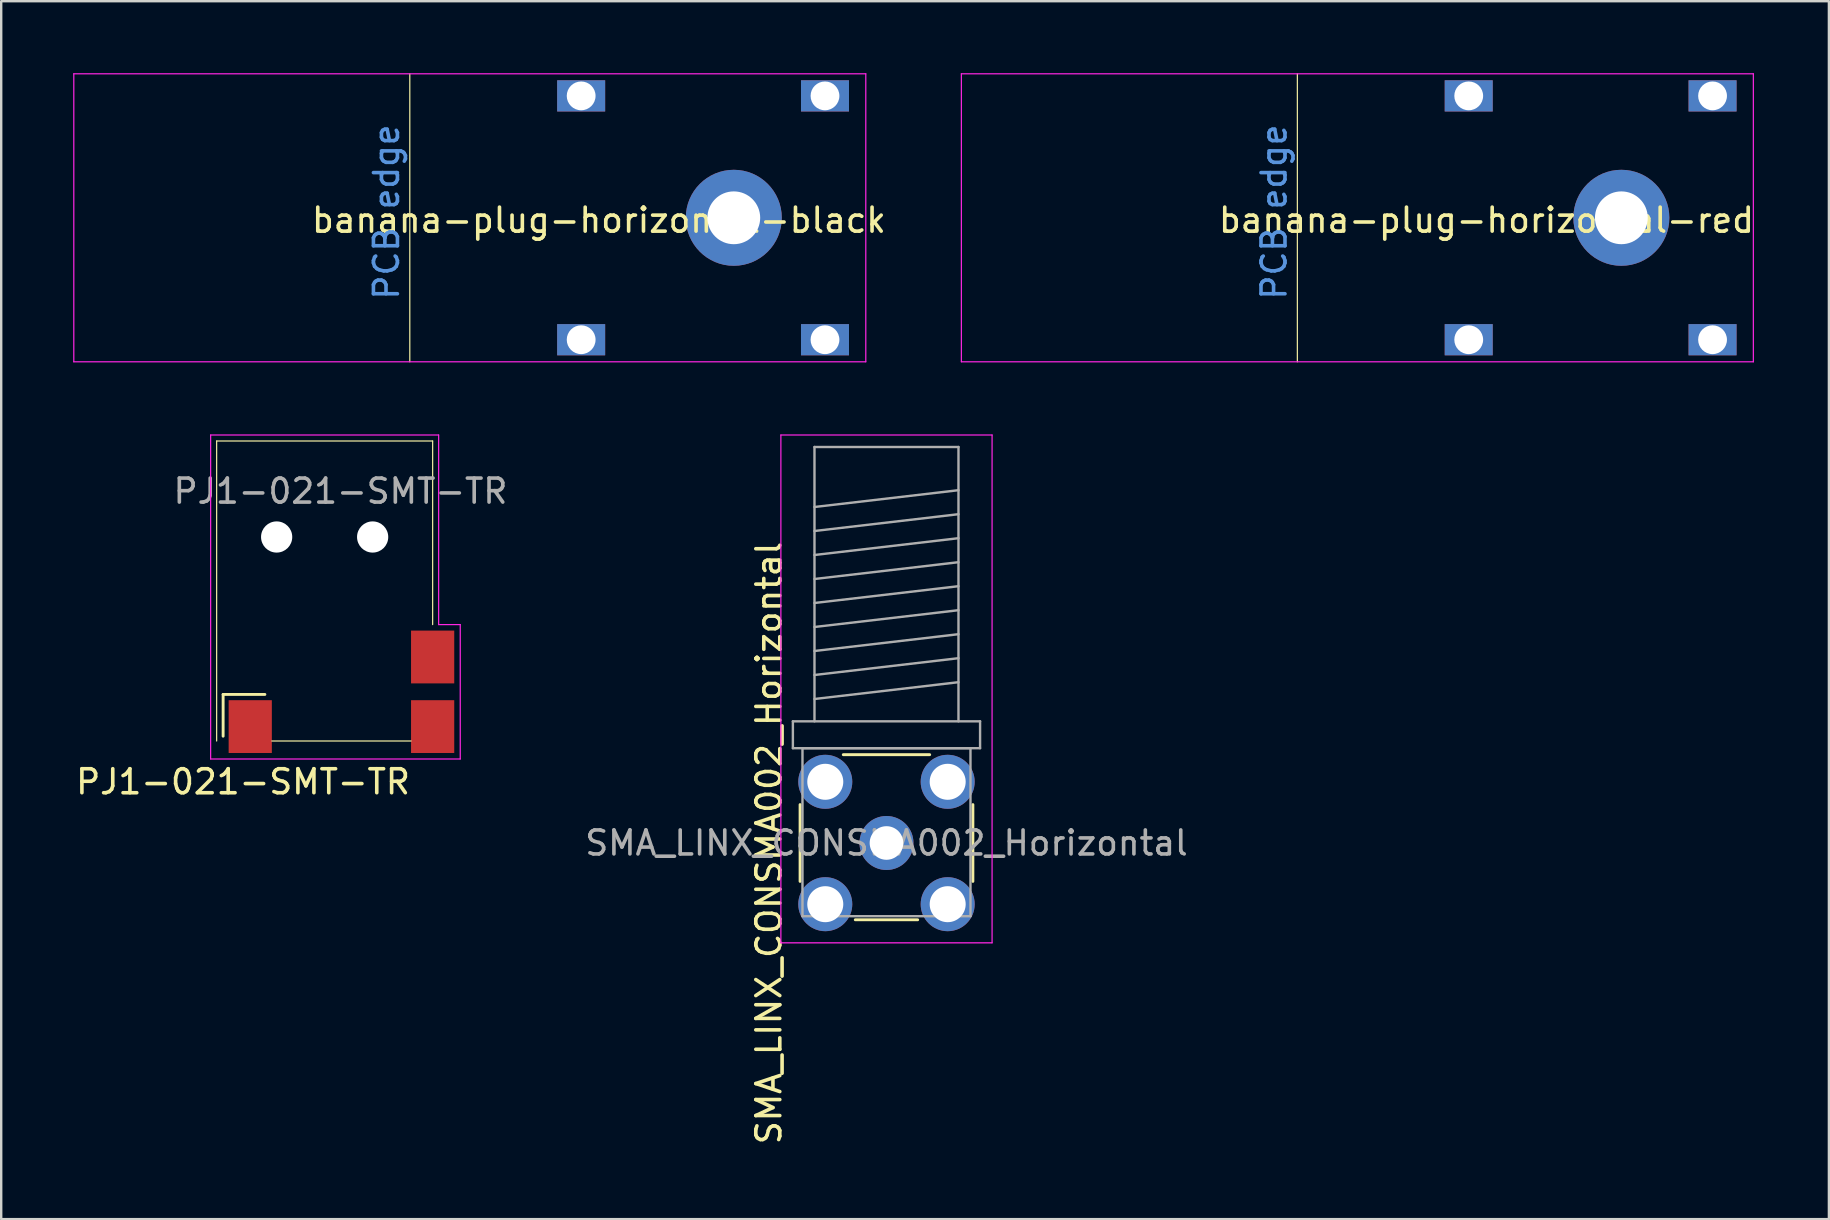
<source format=kicad_pcb>
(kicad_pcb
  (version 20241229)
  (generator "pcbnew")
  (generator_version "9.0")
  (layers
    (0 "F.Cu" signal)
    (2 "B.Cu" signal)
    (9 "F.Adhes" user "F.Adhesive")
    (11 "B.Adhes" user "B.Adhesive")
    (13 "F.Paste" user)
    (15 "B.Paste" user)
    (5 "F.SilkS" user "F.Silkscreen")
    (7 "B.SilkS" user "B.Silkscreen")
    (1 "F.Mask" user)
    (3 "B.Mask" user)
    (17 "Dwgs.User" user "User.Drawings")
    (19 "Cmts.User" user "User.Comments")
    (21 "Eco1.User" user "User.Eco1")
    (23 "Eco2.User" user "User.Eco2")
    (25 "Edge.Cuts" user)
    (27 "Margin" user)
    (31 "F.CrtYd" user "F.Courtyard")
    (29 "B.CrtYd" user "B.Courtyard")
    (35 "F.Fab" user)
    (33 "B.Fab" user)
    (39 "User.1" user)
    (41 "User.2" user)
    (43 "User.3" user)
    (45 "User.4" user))
  (footprint "banana-plug-horizontal-red"
    (layer "F.Cu")
    (at 64.507 6.025)
    (property "Reference" "banana-plug-horizontal-red" (at -5.62 0.1 0) (layer "F.SilkS") (effects (font (size 1 1) (thickness 0.15))))
    (attr smd)
    (fp_line (start -13.5 -6) (end -13.5 6) (stroke (width 0.05) (type solid)) (layer "F.SilkS"))
    (fp_line (start -27.5 -6) (end -27.5 6) (stroke (width 0.05) (type solid)) (layer "F.CrtYd"))
    (fp_line (start -27.5 -6) (end 5.5 -6) (stroke (width 0.05) (type solid)) (layer "F.CrtYd"))
    (fp_line (start -27.5 6) (end 5.5 6) (stroke (width 0.05) (type solid)) (layer "F.CrtYd"))
    (fp_line (start 5.5 6) (end 5.5 -6) (stroke (width 0.05) (type solid)) (layer "F.CrtYd"))
    (fp_text user "PCB edge" (at -14.47 -0.24 90) (layer "Cmts.User") (effects (font (size 1 1) (thickness 0.15))))
    (pad "1" thru_hole rect (at -6.36 -5.08) (size 2 1.3) (drill 1.2) (layers "*.Cu" "*.Mask"))
    (pad "1" thru_hole rect (at -6.36 5.08) (size 2 1.3) (drill 1.2) (layers "*.Cu" "*.Mask"))
    (pad "1" thru_hole circle (at 0 0) (size 4 4) (drill 2.2) (layers "*.Cu" "*.Mask"))
    (pad "1" thru_hole rect (at 3.8 -5.08) (size 2 1.3) (drill 1.2) (layers "*.Cu" "*.Mask"))
    (pad "1" thru_hole rect (at 3.8 5.08) (size 2 1.3) (drill 1.2) (layers "*.Cu" "*.Mask")))
  (footprint "banana-plug-horizontal-black"
    (layer "F.Cu")
    (at 27.525 6.025)
    (property "Reference" "banana-plug-horizontal-black" (at -5.62 0.1 0) (layer "F.SilkS") (effects (font (size 1 1) (thickness 0.15))))
    (attr smd)
    (fp_line (start -13.5 -6) (end -13.5 6) (stroke (width 0.05) (type solid)) (layer "F.SilkS"))
    (fp_line (start -27.5 -6) (end -27.5 6) (stroke (width 0.05) (type solid)) (layer "F.CrtYd"))
    (fp_line (start -27.5 -6) (end 5.5 -6) (stroke (width 0.05) (type solid)) (layer "F.CrtYd"))
    (fp_line (start -27.5 6) (end 5.5 6) (stroke (width 0.05) (type solid)) (layer "F.CrtYd"))
    (fp_line (start 5.5 6) (end 5.5 -6) (stroke (width 0.05) (type solid)) (layer "F.CrtYd"))
    (fp_text user "PCB edge" (at -14.47 -0.24 90) (layer "Cmts.User") (effects (font (size 1 1) (thickness 0.15))))
    (pad "1" thru_hole rect (at -6.36 -5.08) (size 2 1.3) (drill 1.2) (layers "*.Cu" "*.Mask"))
    (pad "1" thru_hole rect (at -6.36 5.08) (size 2 1.3) (drill 1.2) (layers "*.Cu" "*.Mask"))
    (pad "1" thru_hole circle (at 0 0) (size 4 4) (drill 2.2) (layers "*.Cu" "*.Mask"))
    (pad "1" thru_hole rect (at 3.8 -5.08) (size 2 1.3) (drill 1.2) (layers "*.Cu" "*.Mask"))
    (pad "1" thru_hole rect (at 3.8 5.08) (size 2 1.3) (drill 1.2) (layers "*.Cu" "*.Mask")))
  (footprint "PJ1-021-SMT-TR"
    (layer "F.Cu")
    (at 9.977 19.325)
    (property "Reference" "PJ1-021-SMT-TR" (at -2.9 10.2 0) (layer "F.SilkS") (effects (font (size 1 1) (thickness 0.15))))
    (attr smd)
    (fp_line (start -4 -4) (end -4 8.5) (stroke (width 0.05) (type solid)) (layer "F.SilkS"))
    (fp_line (start -4 -4) (end 5 -4) (stroke (width 0.05) (type solid)) (layer "F.SilkS"))
    (fp_line (start -3.73 6.56) (end -1.99 6.56) (stroke (width 0.12) (type solid)) (layer "F.SilkS"))
    (fp_line (start -3.73 8.3) (end -3.73 6.56) (stroke (width 0.12) (type solid)) (layer "F.SilkS"))
    (fp_line (start -1.7 8.5) (end 4.1 8.5) (stroke (width 0.05) (type solid)) (layer "F.SilkS"))
    (fp_line (start 5 -4) (end 5 3.65) (stroke (width 0.05) (type solid)) (layer "F.SilkS"))
    (fp_line (start -4.25 -4.25) (end -4.25 9.25) (stroke (width 0.05) (type solid)) (layer "F.CrtYd"))
    (fp_line (start -4.25 -4.25) (end 5.25 -4.25) (stroke (width 0.05) (type solid)) (layer "F.CrtYd"))
    (fp_line (start -4.25 9.25) (end 6.15 9.25) (stroke (width 0.05) (type solid)) (layer "F.CrtYd"))
    (fp_line (start 5.25 -4.25) (end 5.25 3.65) (stroke (width 0.05) (type solid)) (layer "F.CrtYd"))
    (fp_line (start 5.25 3.65) (end 6.15 3.65) (stroke (width 0.05) (type solid)) (layer "F.CrtYd"))
    (fp_line (start 6.15 3.65) (end 6.15 9.25) (stroke (width 0.05) (type solid)) (layer "F.CrtYd"))
    (fp_text user "${REFERENCE}" (at 1.16 -1.91 0) (layer "F.Fab") (effects (font (size 1 1) (thickness 0.15))))
    (pad "" np_thru_hole circle (at -1.5 0) (size 1.3 1.3) (drill 1.3) (layers "*.Cu" "*.Mask"))
    (pad "" np_thru_hole circle (at 2.5 0) (size 1.3 1.3) (drill 1.3) (layers "*.Cu" "*.Mask"))
    (pad "1" smd rect (at -2.6 7.9) (size 1.8 2.2) (layers "F.Cu" "F.Mask" "F.Paste"))
    (pad "2" smd rect (at 5 5) (size 1.8 2.2) (layers "F.Cu" "F.Mask" "F.Paste"))
    (pad "3" smd rect (at 5 7.9) (size 1.8 2.2) (layers "F.Cu" "F.Mask" "F.Paste")))
  (footprint "SMA_LINX_CONSMA002_Horizontal"
    (layer "F.Cu")
    (at 33.887 32.075)
    (property "Reference" "SMA_LINX_CONSMA002_Horizontal" (at -4.9 0 270) (layer "F.SilkS") (effects (font (size 1 1) (thickness 0.15))))
    (attr through_hole)
    (fp_line (start -3.6 -1.6) (end -3.6 1.6) (stroke (width 0.12) (type solid)) (layer "F.SilkS"))
    (fp_line (start -1.8 -3.68) (end 1.8 -3.68) (stroke (width 0.12) (type solid)) (layer "F.SilkS"))
    (fp_line (start -1.3 3.2) (end 1.3 3.2) (stroke (width 0.12) (type solid)) (layer "F.SilkS"))
    (fp_line (start 3.6 -1.6) (end 3.6 1.6) (stroke (width 0.12) (type solid)) (layer "F.SilkS"))
    (fp_line (start -4.4 -17) (end -4.4 4.16) (stroke (width 0.05) (type solid)) (layer "F.CrtYd"))
    (fp_line (start -4.4 -17) (end 4.4 -17) (stroke (width 0.05) (type solid)) (layer "F.CrtYd"))
    (fp_line (start 4.4 4.16) (end -4.4 4.16) (stroke (width 0.05) (type solid)) (layer "F.CrtYd"))
    (fp_line (start 4.4 4.16) (end 4.4 -17) (stroke (width 0.05) (type solid)) (layer "F.CrtYd"))
    (fp_line (start -3.9 -5.07) (end -3.9 -3.95) (stroke (width 0.1) (type solid)) (layer "F.Fab"))
    (fp_line (start -3.9 -3.95) (end 3.9 -3.95) (stroke (width 0.1) (type solid)) (layer "F.Fab"))
    (fp_line (start -3.5 -3.95) (end -3.5 3.05) (stroke (width 0.1) (type solid)) (layer "F.Fab"))
    (fp_line (start -3.5 -3.95) (end 3.5 -3.95) (stroke (width 0.1) (type solid)) (layer "F.Fab"))
    (fp_line (start -3.5 3.05) (end 3.5 3.05) (stroke (width 0.1) (type solid)) (layer "F.Fab"))
    (fp_line (start -3 -16.5) (end -3 -5.07) (stroke (width 0.1) (type solid)) (layer "F.Fab"))
    (fp_line (start -3 -16.5) (end 3 -16.5) (stroke (width 0.1) (type solid)) (layer "F.Fab"))
    (fp_line (start -3 -14) (end 3 -14.7) (stroke (width 0.1) (type solid)) (layer "F.Fab"))
    (fp_line (start -3 -13) (end 3 -13.7) (stroke (width 0.1) (type solid)) (layer "F.Fab"))
    (fp_line (start -3 -12) (end 3 -12.7) (stroke (width 0.1) (type solid)) (layer "F.Fab"))
    (fp_line (start -3 -11) (end 3 -11.7) (stroke (width 0.1) (type solid)) (layer "F.Fab"))
    (fp_line (start -3 -10) (end 3 -10.7) (stroke (width 0.1) (type solid)) (layer "F.Fab"))
    (fp_line (start -3 -9) (end 3 -9.7) (stroke (width 0.1) (type solid)) (layer "F.Fab"))
    (fp_line (start -3 -8) (end 3 -8.7) (stroke (width 0.1) (type solid)) (layer "F.Fab"))
    (fp_line (start -3 -7) (end 3 -7.7) (stroke (width 0.1) (type solid)) (layer "F.Fab"))
    (fp_line (start -3 -6) (end 3 -6.7) (stroke (width 0.1) (type solid)) (layer "F.Fab"))
    (fp_line (start 3 -16.5) (end 3 -5.07) (stroke (width 0.1) (type solid)) (layer "F.Fab"))
    (fp_line (start 3.5 -3.95) (end 3.5 3.05) (stroke (width 0.1) (type solid)) (layer "F.Fab"))
    (fp_line (start 3.9 -5.07) (end -3.9 -5.07) (stroke (width 0.1) (type solid)) (layer "F.Fab"))
    (fp_line (start 3.9 -3.95) (end 3.9 -5.07) (stroke (width 0.1) (type solid)) (layer "F.Fab"))
    (fp_text user "${REFERENCE}" (at 0 0 180) (layer "F.Fab") (effects (font (size 1 1) (thickness 0.15))))
    (pad "1" thru_hole circle (at 0 0) (size 2.25 2.25) (drill 1.4) (layers "*.Cu" "*.Mask"))
    (pad "SH" thru_hole circle (at -2.55 -2.55) (size 2.25 2.25) (drill 1.5) (layers "*.Cu" "*.Mask"))
    (pad "SH" thru_hole circle (at -2.55 2.55) (size 2.25 2.25) (drill 1.5) (layers "*.Cu" "*.Mask"))
    (pad "SH" thru_hole circle (at 2.55 -2.55) (size 2.25 2.25) (drill 1.5) (layers "*.Cu" "*.Mask"))
    (pad "SH" thru_hole circle (at 2.55 2.55 90) (size 2.25 2.25) (drill 1.5) (layers "*.Cu" "*.Mask")))
  (gr_rect
    (start -3 -3)
    (end 73.155 47.748)
    (stroke (width 0.1) (type default))
    (fill no)
    (layer "Edge.Cuts")))
</source>
